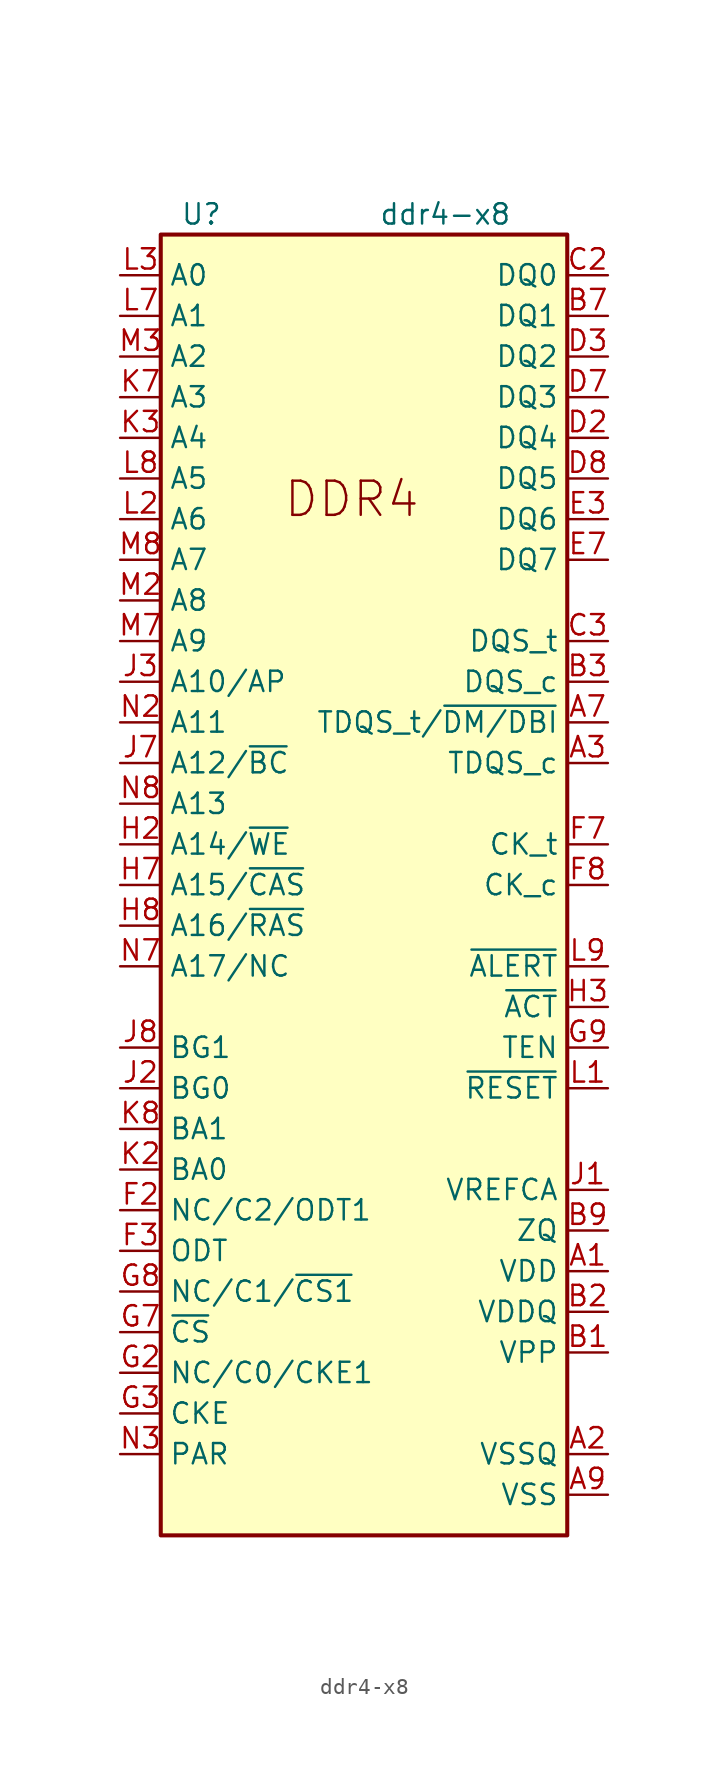
<source format=kicad_sym>
(kicad_symbol_lib
  (version 20210619)
  (generator kicad_symbol_editor)
  (symbol "micron:ddr4-x8"
    (property "Reference" "U"
      (at -10.16 43.18 0)
      (effects (font (size 1.27 1.27))))
    (property "Value" "ddr4-x8"
      (at 5.08 43.18 0)
      (effects (font (size 1.27 1.27))))
    (symbol "ddr4-x8_0_1"
      (rectangle (start -12.7 41.91) (end 12.7 -39.37) (stroke (width 0.254)) (fill (type background)))
      (pin power_in line (at 15.24 -22.86 180) (length 2.54) (name "VDD" (effects (font (size 1.27 1.27)))) (number "A1" (effects (font (size 1.27 1.27)))))
      (pin power_in line (at 15.24 -34.29 180) (length 2.54) (name "VSSQ" (effects (font (size 1.27 1.27)))) (number "A2" (effects (font (size 1.27 1.27)))))
      (pin output line (at 15.24 8.89 180) (length 2.54) (name "TDQS_c" (effects (font (size 1.27 1.27)))) (number "A3" (effects (font (size 1.27 1.27)))))
      (pin bidirectional line (at 15.24 11.43 180) (length 2.54) (name "TDQS_t/~{DM/DBI}" (effects (font (size 1.27 1.27)))) (number "A7" (effects (font (size 1.27 1.27)))))
      (pin passive line (at 15.24 -34.29 180) (length 2.54) hide (name "VSSQ" (effects (font (size 1.27 1.27)))) (number "A8" (effects (font (size 1.27 1.27)))))
      (pin power_in line (at 15.24 -36.83 180) (length 2.54) (name "VSS" (effects (font (size 1.27 1.27)))) (number "A9" (effects (font (size 1.27 1.27)))))
      (pin power_in line (at 15.24 -27.94 180) (length 2.54) (name "VPP" (effects (font (size 1.27 1.27)))) (number "B1" (effects (font (size 1.27 1.27)))))
      (pin power_in line (at 15.24 -25.4 180) (length 2.54) (name "VDDQ" (effects (font (size 1.27 1.27)))) (number "B2" (effects (font (size 1.27 1.27)))))
      (pin bidirectional line (at 15.24 13.97 180) (length 2.54) (name "DQS_c" (effects (font (size 1.27 1.27)))) (number "B3" (effects (font (size 1.27 1.27)))))
      (pin bidirectional line (at 15.24 36.83 180) (length 2.54) (name "DQ1" (effects (font (size 1.27 1.27)))) (number "B7" (effects (font (size 1.27 1.27)))))
      (pin passive line (at 15.24 -25.4 180) (length 2.54) hide (name "VDDQ" (effects (font (size 1.27 1.27)))) (number "B8" (effects (font (size 1.27 1.27)))))
      (pin passive line (at 15.24 -20.32 180) (length 2.54) (name "ZQ" (effects (font (size 1.27 1.27)))) (number "B9" (effects (font (size 1.27 1.27)))))
      (pin passive line (at 15.24 -25.4 180) (length 2.54) hide (name "VDDQ" (effects (font (size 1.27 1.27)))) (number "C1" (effects (font (size 1.27 1.27)))))
      (pin bidirectional line (at 15.24 39.37 180) (length 2.54) (name "DQ0" (effects (font (size 1.27 1.27)))) (number "C2" (effects (font (size 1.27 1.27)))))
      (pin bidirectional line (at 15.24 16.51 180) (length 2.54) (name "DQS_t" (effects (font (size 1.27 1.27)))) (number "C3" (effects (font (size 1.27 1.27)))))
      (pin passive line (at 15.24 -22.86 180) (length 2.54) hide (name "VDD" (effects (font (size 1.27 1.27)))) (number "C7" (effects (font (size 1.27 1.27)))))
      (pin passive line (at 15.24 -36.83 180) (length 2.54) hide (name "VSS" (effects (font (size 1.27 1.27)))) (number "C8" (effects (font (size 1.27 1.27)))))
      (pin passive line (at 15.24 -25.4 180) (length 2.54) hide (name "VDDQ" (effects (font (size 1.27 1.27)))) (number "C9" (effects (font (size 1.27 1.27)))))
      (pin passive line (at 15.24 -34.29 180) (length 2.54) hide (name "VSSQ" (effects (font (size 1.27 1.27)))) (number "D1" (effects (font (size 1.27 1.27)))))
      (pin bidirectional line (at 15.24 29.21 180) (length 2.54) (name "DQ4" (effects (font (size 1.27 1.27)))) (number "D2" (effects (font (size 1.27 1.27)))))
      (pin bidirectional line (at 15.24 34.29 180) (length 2.54) (name "DQ2" (effects (font (size 1.27 1.27)))) (number "D3" (effects (font (size 1.27 1.27)))))
      (pin bidirectional line (at 15.24 31.75 180) (length 2.54) (name "DQ3" (effects (font (size 1.27 1.27)))) (number "D7" (effects (font (size 1.27 1.27)))))
      (pin bidirectional line (at 15.24 26.67 180) (length 2.54) (name "DQ5" (effects (font (size 1.27 1.27)))) (number "D8" (effects (font (size 1.27 1.27)))))
      (pin passive line (at 15.24 -34.29 180) (length 2.54) hide (name "VSSQ" (effects (font (size 1.27 1.27)))) (number "D9" (effects (font (size 1.27 1.27)))))
      (pin passive line (at 15.24 -36.83 180) (length 2.54) hide (name "VSS" (effects (font (size 1.27 1.27)))) (number "E1" (effects (font (size 1.27 1.27)))))
      (pin passive line (at 15.24 -25.4 180) (length 2.54) hide (name "VDDQ" (effects (font (size 1.27 1.27)))) (number "E2" (effects (font (size 1.27 1.27)))))
      (pin bidirectional line (at 15.24 24.13 180) (length 2.54) (name "DQ6" (effects (font (size 1.27 1.27)))) (number "E3" (effects (font (size 1.27 1.27)))))
      (pin bidirectional line (at 15.24 21.59 180) (length 2.54) (name "DQ7" (effects (font (size 1.27 1.27)))) (number "E7" (effects (font (size 1.27 1.27)))))
      (pin passive line (at 15.24 -25.4 180) (length 2.54) hide (name "VDDQ" (effects (font (size 1.27 1.27)))) (number "E8" (effects (font (size 1.27 1.27)))))
      (pin passive line (at 15.24 -36.83 180) (length 2.54) hide (name "VSS" (effects (font (size 1.27 1.27)))) (number "E9" (effects (font (size 1.27 1.27)))))
      (pin passive line (at 15.24 -22.86 180) (length 2.54) hide (name "VDD" (effects (font (size 1.27 1.27)))) (number "F1" (effects (font (size 1.27 1.27)))))
      (pin passive line (at -15.24 -19.05 0) (length 2.54) (name "NC/C2/ODT1" (effects (font (size 1.27 1.27)))) (number "F2" (effects (font (size 1.27 1.27)))))
      (pin input line (at -15.24 -21.59 0) (length 2.54) (name "ODT" (effects (font (size 1.27 1.27)))) (number "F3" (effects (font (size 1.27 1.27)))))
      (pin input line (at 15.24 3.81 180) (length 2.54) (name "CK_t" (effects (font (size 1.27 1.27)))) (number "F7" (effects (font (size 1.27 1.27)))))
      (pin input line (at 15.24 1.27 180) (length 2.54) (name "CK_c" (effects (font (size 1.27 1.27)))) (number "F8" (effects (font (size 1.27 1.27)))))
      (pin passive line (at 15.24 -22.86 180) (length 2.54) hide (name "VDD" (effects (font (size 1.27 1.27)))) (number "F9" (effects (font (size 1.27 1.27)))))
      (pin passive line (at 15.24 -36.83 180) (length 2.54) hide (name "VSS" (effects (font (size 1.27 1.27)))) (number "G1" (effects (font (size 1.27 1.27)))))
      (pin passive line (at -15.24 -29.21 0) (length 2.54) (name "NC/C0/CKE1" (effects (font (size 1.27 1.27)))) (number "G2" (effects (font (size 1.27 1.27)))))
      (pin input line (at -15.24 -31.75 0) (length 2.54) (name "CKE" (effects (font (size 1.27 1.27)))) (number "G3" (effects (font (size 1.27 1.27)))))
      (pin input line (at -15.24 -26.67 0) (length 2.54) (name "~{CS}" (effects (font (size 1.27 1.27)))) (number "G7" (effects (font (size 1.27 1.27)))))
      (pin passive line (at -15.24 -24.13 0) (length 2.54) (name "NC/C1/~{CS1}" (effects (font (size 1.27 1.27)))) (number "G8" (effects (font (size 1.27 1.27)))))
      (pin input line (at 15.24 -8.89 180) (length 2.54) (name "TEN" (effects (font (size 1.27 1.27)))) (number "G9" (effects (font (size 1.27 1.27)))))
      (pin passive line (at 15.24 -22.86 180) (length 2.54) hide (name "VDD" (effects (font (size 1.27 1.27)))) (number "H1" (effects (font (size 1.27 1.27)))))
      (pin input line (at -15.24 3.81 0) (length 2.54) (name "A14/~{WE}" (effects (font (size 1.27 1.27)))) (number "H2" (effects (font (size 1.27 1.27)))))
      (pin input line (at 15.24 -6.35 180) (length 2.54) (name "~{ACT}" (effects (font (size 1.27 1.27)))) (number "H3" (effects (font (size 1.27 1.27)))))
      (pin input line (at -15.24 1.27 0) (length 2.54) (name "A15/~{CAS}" (effects (font (size 1.27 1.27)))) (number "H7" (effects (font (size 1.27 1.27)))))
      (pin input line (at -15.24 -1.27 0) (length 2.54) (name "A16/~{RAS}" (effects (font (size 1.27 1.27)))) (number "H8" (effects (font (size 1.27 1.27)))))
      (pin passive line (at 15.24 -36.83 180) (length 2.54) hide (name "VSS" (effects (font (size 1.27 1.27)))) (number "H9" (effects (font (size 1.27 1.27)))))
      (pin passive line (at 15.24 -17.78 180) (length 2.54) (name "VREFCA" (effects (font (size 1.27 1.27)))) (number "J1" (effects (font (size 1.27 1.27)))))
      (pin input line (at -15.24 -11.43 0) (length 2.54) (name "BG0" (effects (font (size 1.27 1.27)))) (number "J2" (effects (font (size 1.27 1.27)))))
      (pin input line (at -15.24 13.97 0) (length 2.54) (name "A10/AP" (effects (font (size 1.27 1.27)))) (number "J3" (effects (font (size 1.27 1.27)))))
      (pin input line (at -15.24 8.89 0) (length 2.54) (name "A12/~{BC}" (effects (font (size 1.27 1.27)))) (number "J7" (effects (font (size 1.27 1.27)))))
      (pin input line (at -15.24 -8.89 0) (length 2.54) (name "BG1" (effects (font (size 1.27 1.27)))) (number "J8" (effects (font (size 1.27 1.27)))))
      (pin passive line (at 15.24 -22.86 180) (length 2.54) hide (name "VDD" (effects (font (size 1.27 1.27)))) (number "J9" (effects (font (size 1.27 1.27)))))
      (pin passive line (at 15.24 -36.83 180) (length 2.54) hide (name "VSS" (effects (font (size 1.27 1.27)))) (number "K1" (effects (font (size 1.27 1.27)))))
      (pin input line (at -15.24 -16.51 0) (length 2.54) (name "BA0" (effects (font (size 1.27 1.27)))) (number "K2" (effects (font (size 1.27 1.27)))))
      (pin input line (at -15.24 29.21 0) (length 2.54) (name "A4" (effects (font (size 1.27 1.27)))) (number "K3" (effects (font (size 1.27 1.27)))))
      (pin input line (at -15.24 31.75 0) (length 2.54) (name "A3" (effects (font (size 1.27 1.27)))) (number "K7" (effects (font (size 1.27 1.27)))))
      (pin input line (at -15.24 -13.97 0) (length 2.54) (name "BA1" (effects (font (size 1.27 1.27)))) (number "K8" (effects (font (size 1.27 1.27)))))
      (pin passive line (at 15.24 -36.83 180) (length 2.54) hide (name "VSS" (effects (font (size 1.27 1.27)))) (number "K9" (effects (font (size 1.27 1.27)))))
      (pin input line (at 15.24 -11.43 180) (length 2.54) (name "~{RESET}" (effects (font (size 1.27 1.27)))) (number "L1" (effects (font (size 1.27 1.27)))))
      (pin input line (at -15.24 24.13 0) (length 2.54) (name "A6" (effects (font (size 1.27 1.27)))) (number "L2" (effects (font (size 1.27 1.27)))))
      (pin input line (at -15.24 39.37 0) (length 2.54) (name "A0" (effects (font (size 1.27 1.27)))) (number "L3" (effects (font (size 1.27 1.27)))))
      (pin input line (at -15.24 36.83 0) (length 2.54) (name "A1" (effects (font (size 1.27 1.27)))) (number "L7" (effects (font (size 1.27 1.27)))))
      (pin input line (at -15.24 26.67 0) (length 2.54) (name "A5" (effects (font (size 1.27 1.27)))) (number "L8" (effects (font (size 1.27 1.27)))))
      (pin open_collector line (at 15.24 -3.81 180) (length 2.54) (name "~{ALERT}" (effects (font (size 1.27 1.27)))) (number "L9" (effects (font (size 1.27 1.27)))))
      (pin passive line (at 15.24 -22.86 180) (length 2.54) hide (name "VDD" (effects (font (size 1.27 1.27)))) (number "M1" (effects (font (size 1.27 1.27)))))
      (pin input line (at -15.24 19.05 0) (length 2.54) (name "A8" (effects (font (size 1.27 1.27)))) (number "M2" (effects (font (size 1.27 1.27)))))
      (pin input line (at -15.24 34.29 0) (length 2.54) (name "A2" (effects (font (size 1.27 1.27)))) (number "M3" (effects (font (size 1.27 1.27)))))
      (pin input line (at -15.24 16.51 0) (length 2.54) (name "A9" (effects (font (size 1.27 1.27)))) (number "M7" (effects (font (size 1.27 1.27)))))
      (pin input line (at -15.24 21.59 0) (length 2.54) (name "A7" (effects (font (size 1.27 1.27)))) (number "M8" (effects (font (size 1.27 1.27)))))
      (pin passive line (at 15.24 -27.94 180) (length 2.54) hide (name "VPP" (effects (font (size 1.27 1.27)))) (number "M9" (effects (font (size 1.27 1.27)))))
      (pin passive line (at 15.24 -36.83 180) (length 2.54) hide (name "VSS" (effects (font (size 1.27 1.27)))) (number "N1" (effects (font (size 1.27 1.27)))))
      (pin input line (at -15.24 11.43 0) (length 2.54) (name "A11" (effects (font (size 1.27 1.27)))) (number "N2" (effects (font (size 1.27 1.27)))))
      (pin input line (at -15.24 -34.29 0) (length 2.54) (name "PAR" (effects (font (size 1.27 1.27)))) (number "N3" (effects (font (size 1.27 1.27)))))
      (pin passive line (at -15.24 -3.81 0) (length 2.54) (name "A17/NC" (effects (font (size 1.27 1.27)))) (number "N7" (effects (font (size 1.27 1.27)))))
      (pin input line (at -15.24 6.35 0) (length 2.54) (name "A13" (effects (font (size 1.27 1.27)))) (number "N8" (effects (font (size 1.27 1.27)))))
      (pin passive line (at 15.24 -22.86 180) (length 2.54) hide (name "VDD" (effects (font (size 1.27 1.27)))) (number "N9" (effects (font (size 1.27 1.27))))))
    (symbol "ddr4-x8_1_1"
      (text "DDR4" (at -5.08 24.13 0) (effects (font (size 2.134 2.134)) (justify left bottom))))))
</source>
